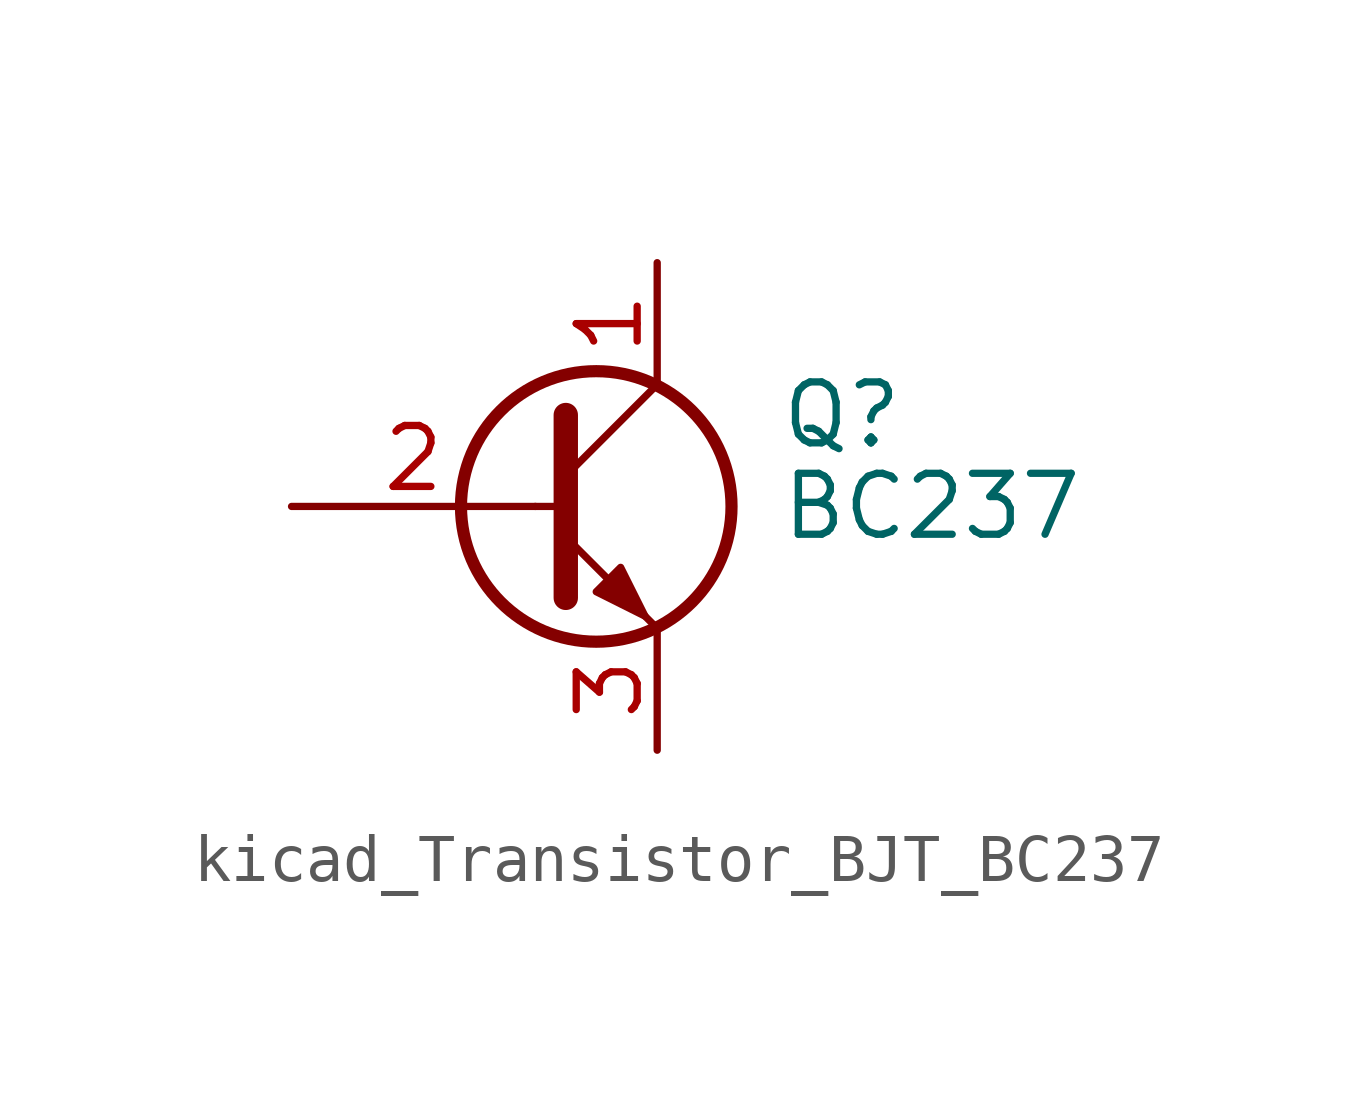
<source format=kicad_sym>
(kicad_symbol_lib
  (version 20220914)
  (generator kicad_symbol_editor)
  (symbol "kicad_Transistor_BJT_BC237"
    (pin_names
      (offset 0) hide)
    (property "Reference" "Q"
      (at 5.08 1.905 0)
      (effects (font (size 1.27 1.27)) (justify left)))
    (property "Value" "BC237"
      (at 5.08 0 0)
      (effects (font (size 1.27 1.27)) (justify left)))
    (symbol "kicad_Transistor_BJT_BC237_0_1"
      (polyline (pts (xy 0 0) (xy 0.635 0)) (stroke (width 0) (type default)) (fill (type none)))
      (polyline (pts (xy 0.635 0.635) (xy 2.54 2.54)) (stroke (width 0) (type default)) (fill (type none)))
      (polyline (pts (xy 0.635 -0.635) (xy 2.54 -2.54) (xy 2.54 -2.54)) (stroke (width 0) (type default)) (fill (type none)))
      (polyline (pts (xy 0.635 1.905) (xy 0.635 -1.905) (xy 0.635 -1.905)) (stroke (width 0.508) (type default)) (fill (type none)))
      (polyline (pts (xy 1.27 -1.778) (xy 1.778 -1.27) (xy 2.286 -2.286) (xy 1.27 -1.778) (xy 1.27 -1.778)) (stroke (width 0) (type default)) (fill (type outline)))
      (circle (center 1.27 0) (radius 2.819) (stroke (width 0.254) (type default)) (fill (type none))))
    (symbol "kicad_Transistor_BJT_BC237_1_1"
      (pin passive line (at 2.54 5.08 270) (length 2.54) (name "C" (effects (font (size 1.27 1.27)))) (number "1" (effects (font (size 1.27 1.27)))))
      (pin input line (at -5.08 0 0) (length 5.08) (name "B" (effects (font (size 1.27 1.27)))) (number "2" (effects (font (size 1.27 1.27)))))
      (pin passive line (at 2.54 -5.08 90) (length 2.54) (name "E" (effects (font (size 1.27 1.27)))) (number "3" (effects (font (size 1.27 1.27))))))))
</source>
